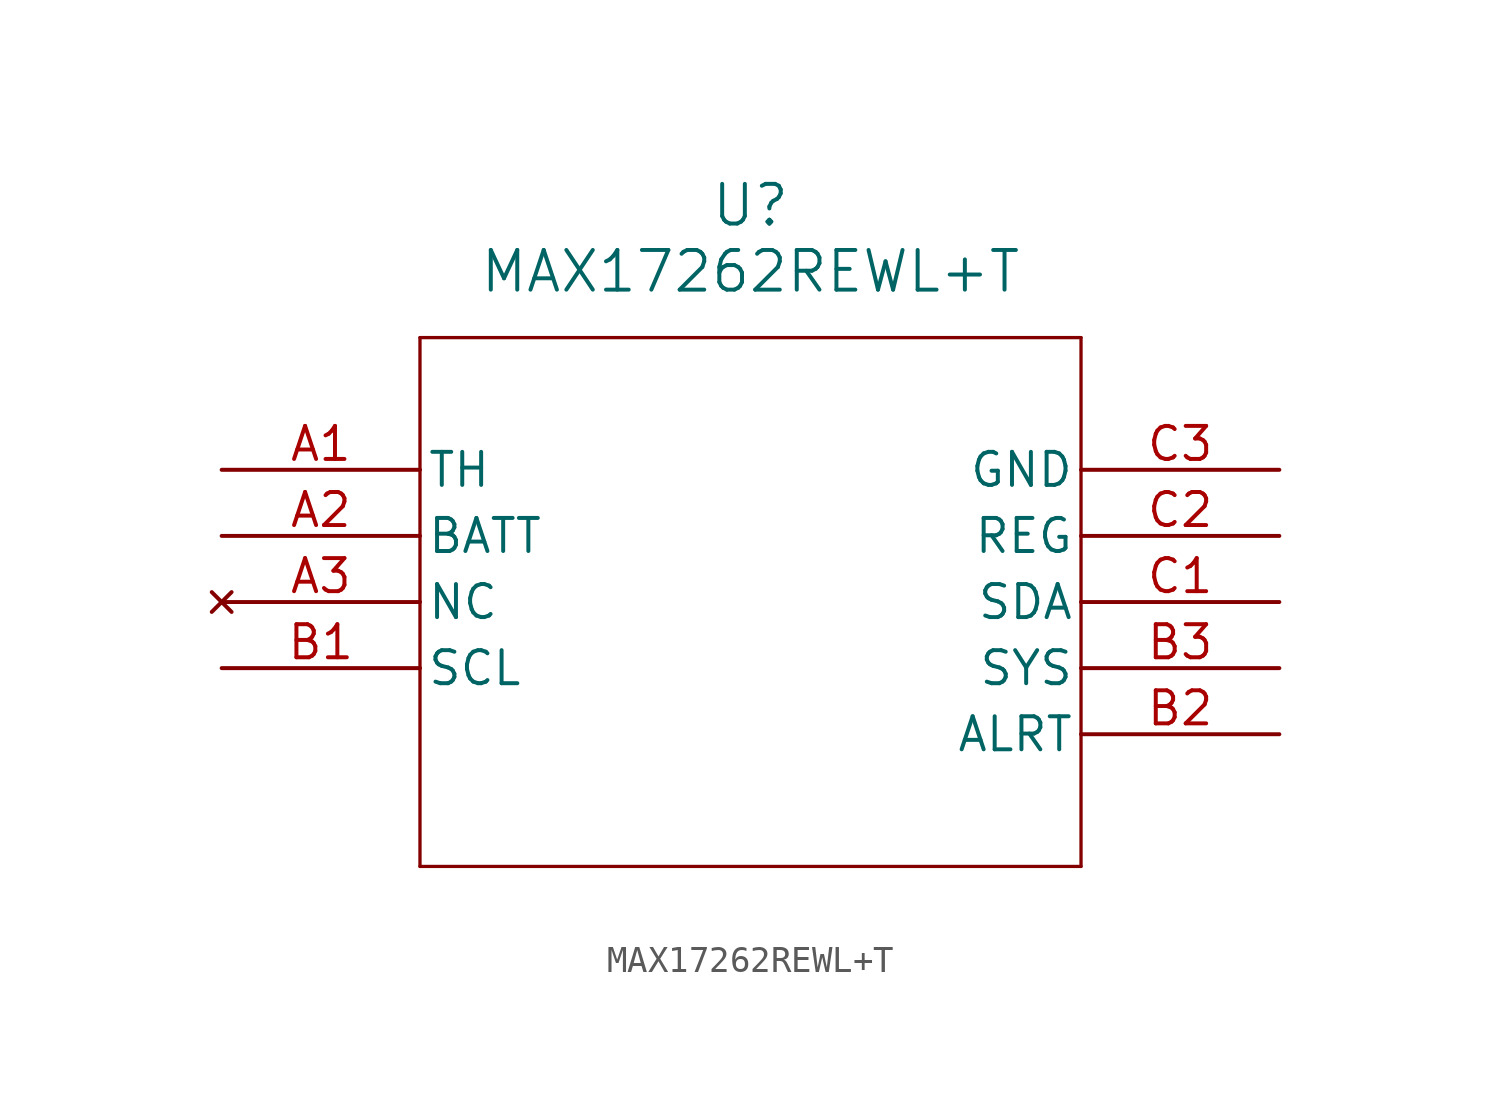
<source format=kicad_sym>
(kicad_symbol_lib
  (version 20220914)
  (generator kicad_symbol_editor)
  (symbol "MAX17262REWL+T"
    (pin_names
      (offset 0.254))
    (property "Reference" "U"
      (at 20.32 10.16 0)
      (effects (font (size 1.524 1.524))))
    (property "Value" "MAX17262REWL+T"
      (at 20.32 7.62 0)
      (effects (font (size 1.524 1.524))))
    (symbol "MAX17262REWL+T_0_1"
      (polyline (pts (xy 7.62 -15.24) (xy 33.02 -15.24)) (stroke (width 0.127) (type default)) (fill (type none)))
      (polyline (pts (xy 7.62 5.08) (xy 7.62 -15.24)) (stroke (width 0.127) (type default)) (fill (type none)))
      (polyline (pts (xy 33.02 -15.24) (xy 33.02 5.08)) (stroke (width 0.127) (type default)) (fill (type none)))
      (polyline (pts (xy 33.02 5.08) (xy 7.62 5.08)) (stroke (width 0.127) (type default)) (fill (type none)))
      (pin input line (at 0 0 0) (length 7.62) (name "TH" (effects (font (size 1.27 1.27)))) (number "A1" (effects (font (size 1.27 1.27)))))
      (pin unspecified line (at 0 -2.54 0) (length 7.62) (name "BATT" (effects (font (size 1.27 1.27)))) (number "A2" (effects (font (size 1.27 1.27)))))
      (pin no_connect line (at 0 -5.08 0) (length 7.62) (name "NC" (effects (font (size 1.27 1.27)))) (number "A3" (effects (font (size 1.27 1.27)))))
      (pin input line (at 0 -7.62 0) (length 7.62) (name "SCL" (effects (font (size 1.27 1.27)))) (number "B1" (effects (font (size 1.27 1.27)))))
      (pin output line (at 40.64 -10.16 180) (length 7.62) (name "ALRT" (effects (font (size 1.27 1.27)))) (number "B2" (effects (font (size 1.27 1.27)))))
      (pin unspecified line (at 40.64 -7.62 180) (length 7.62) (name "SYS" (effects (font (size 1.27 1.27)))) (number "B3" (effects (font (size 1.27 1.27)))))
      (pin bidirectional line (at 40.64 -5.08 180) (length 7.62) (name "SDA" (effects (font (size 1.27 1.27)))) (number "C1" (effects (font (size 1.27 1.27)))))
      (pin output line (at 40.64 -2.54 180) (length 7.62) (name "REG" (effects (font (size 1.27 1.27)))) (number "C2" (effects (font (size 1.27 1.27)))))
      (pin power_in line (at 40.64 0 180) (length 7.62) (name "GND" (effects (font (size 1.27 1.27)))) (number "C3" (effects (font (size 1.27 1.27))))))))
</source>
